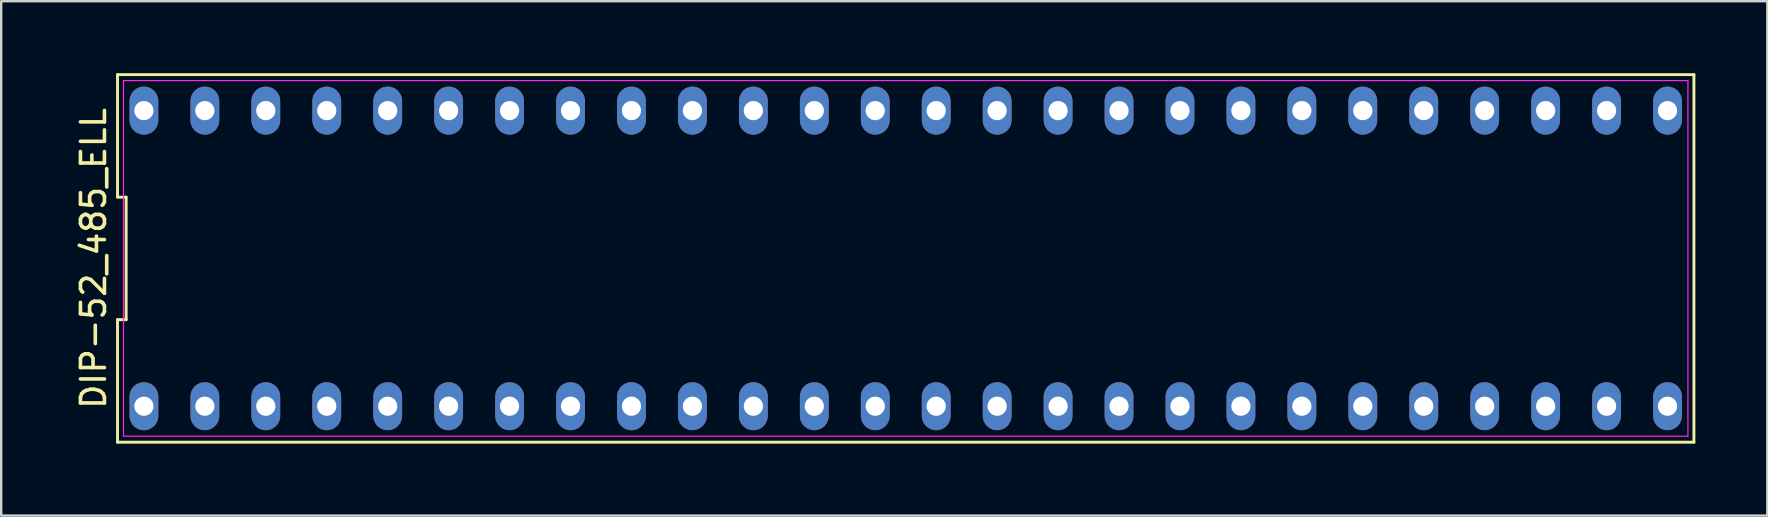
<source format=kicad_pcb>
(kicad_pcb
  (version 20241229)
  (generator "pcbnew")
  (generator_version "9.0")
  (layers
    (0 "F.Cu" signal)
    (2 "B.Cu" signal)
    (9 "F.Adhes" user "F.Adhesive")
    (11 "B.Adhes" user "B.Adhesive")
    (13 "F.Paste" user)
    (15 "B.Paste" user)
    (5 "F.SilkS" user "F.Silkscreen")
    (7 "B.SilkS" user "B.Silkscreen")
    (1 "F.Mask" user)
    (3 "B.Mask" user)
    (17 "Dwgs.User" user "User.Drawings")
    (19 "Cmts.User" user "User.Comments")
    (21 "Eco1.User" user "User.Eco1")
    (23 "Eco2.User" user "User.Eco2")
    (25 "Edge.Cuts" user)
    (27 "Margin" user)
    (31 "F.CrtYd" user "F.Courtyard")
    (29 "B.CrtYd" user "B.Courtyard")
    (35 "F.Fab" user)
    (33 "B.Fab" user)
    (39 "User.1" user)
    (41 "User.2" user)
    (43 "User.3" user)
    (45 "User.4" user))
  (footprint "DIP-52_485_ELL"
    (layer "F.Cu")
    (at 34.698 7.72)
    (property "Reference" "DIP-52_485_ELL" (at -33.85 0 90) (layer "F.SilkS") (effects (font (size 1 1) (thickness 0.15))))
    (attr through_hole)
    (fp_line (start -32.85 -7.66) (end -32.85 -2.553) (stroke (width 0.12) (type solid)) (layer "F.SilkS"))
    (fp_line (start -32.85 -2.553) (end -32.49 -2.553) (stroke (width 0.12) (type solid)) (layer "F.SilkS"))
    (fp_line (start -32.85 2.553) (end -32.85 7.66) (stroke (width 0.12) (type solid)) (layer "F.SilkS"))
    (fp_line (start -32.85 7.66) (end 32.85 7.66) (stroke (width 0.12) (type solid)) (layer "F.SilkS"))
    (fp_line (start -32.49 -2.553) (end -32.49 2.553) (stroke (width 0.12) (type solid)) (layer "F.SilkS"))
    (fp_line (start -32.49 2.553) (end -32.85 2.553) (stroke (width 0.12) (type solid)) (layer "F.SilkS"))
    (fp_line (start 32.85 -7.66) (end -32.85 -7.66) (stroke (width 0.12) (type solid)) (layer "F.SilkS"))
    (fp_line (start 32.85 7.66) (end 32.85 -7.66) (stroke (width 0.12) (type solid)) (layer "F.SilkS"))
    (fp_line (start -32.6 -7.41) (end 32.6 -7.41) (stroke (width 0.05) (type solid)) (layer "F.CrtYd"))
    (fp_line (start -32.6 7.41) (end -32.6 -7.41) (stroke (width 0.05) (type solid)) (layer "F.CrtYd"))
    (fp_line (start 32.6 -7.41) (end 32.6 7.41) (stroke (width 0.05) (type solid)) (layer "F.CrtYd"))
    (fp_line (start 32.6 7.41) (end -32.6 7.41) (stroke (width 0.05) (type solid)) (layer "F.CrtYd"))
    (pad "1" thru_hole oval (at -31.75 6.16) (size 1.2 2) (drill 0.8) (layers "*.Cu" "*.Mask"))
    (pad "2" thru_hole oval (at -29.21 6.16) (size 1.2 2) (drill 0.8) (layers "*.Cu" "*.Mask"))
    (pad "3" thru_hole oval (at -26.67 6.16) (size 1.2 2) (drill 0.8) (layers "*.Cu" "*.Mask"))
    (pad "4" thru_hole oval (at -24.13 6.16) (size 1.2 2) (drill 0.8) (layers "*.Cu" "*.Mask"))
    (pad "5" thru_hole oval (at -21.59 6.16) (size 1.2 2) (drill 0.8) (layers "*.Cu" "*.Mask"))
    (pad "6" thru_hole oval (at -19.05 6.16) (size 1.2 2) (drill 0.8) (layers "*.Cu" "*.Mask"))
    (pad "7" thru_hole oval (at -16.51 6.16) (size 1.2 2) (drill 0.8) (layers "*.Cu" "*.Mask"))
    (pad "8" thru_hole oval (at -13.97 6.16) (size 1.2 2) (drill 0.8) (layers "*.Cu" "*.Mask"))
    (pad "9" thru_hole oval (at -11.43 6.16) (size 1.2 2) (drill 0.8) (layers "*.Cu" "*.Mask"))
    (pad "10" thru_hole oval (at -8.89 6.16) (size 1.2 2) (drill 0.8) (layers "*.Cu" "*.Mask"))
    (pad "11" thru_hole oval (at -6.35 6.16) (size 1.2 2) (drill 0.8) (layers "*.Cu" "*.Mask"))
    (pad "12" thru_hole oval (at -3.81 6.16) (size 1.2 2) (drill 0.8) (layers "*.Cu" "*.Mask"))
    (pad "13" thru_hole oval (at -1.27 6.16) (size 1.2 2) (drill 0.8) (layers "*.Cu" "*.Mask"))
    (pad "14" thru_hole oval (at 1.27 6.16) (size 1.2 2) (drill 0.8) (layers "*.Cu" "*.Mask"))
    (pad "15" thru_hole oval (at 3.81 6.16) (size 1.2 2) (drill 0.8) (layers "*.Cu" "*.Mask"))
    (pad "16" thru_hole oval (at 6.35 6.16) (size 1.2 2) (drill 0.8) (layers "*.Cu" "*.Mask"))
    (pad "17" thru_hole oval (at 8.89 6.16) (size 1.2 2) (drill 0.8) (layers "*.Cu" "*.Mask"))
    (pad "18" thru_hole oval (at 11.43 6.16) (size 1.2 2) (drill 0.8) (layers "*.Cu" "*.Mask"))
    (pad "19" thru_hole oval (at 13.97 6.16) (size 1.2 2) (drill 0.8) (layers "*.Cu" "*.Mask"))
    (pad "20" thru_hole oval (at 16.51 6.16) (size 1.2 2) (drill 0.8) (layers "*.Cu" "*.Mask"))
    (pad "21" thru_hole oval (at 19.05 6.16) (size 1.2 2) (drill 0.8) (layers "*.Cu" "*.Mask"))
    (pad "22" thru_hole oval (at 21.59 6.16) (size 1.2 2) (drill 0.8) (layers "*.Cu" "*.Mask"))
    (pad "23" thru_hole oval (at 24.13 6.16) (size 1.2 2) (drill 0.8) (layers "*.Cu" "*.Mask"))
    (pad "24" thru_hole oval (at 26.67 6.16) (size 1.2 2) (drill 0.8) (layers "*.Cu" "*.Mask"))
    (pad "25" thru_hole oval (at 29.21 6.16) (size 1.2 2) (drill 0.8) (layers "*.Cu" "*.Mask"))
    (pad "26" thru_hole oval (at 31.75 6.16) (size 1.2 2) (drill 0.8) (layers "*.Cu" "*.Mask"))
    (pad "27" thru_hole oval (at 31.75 -6.16) (size 1.2 2) (drill 0.8) (layers "*.Cu" "*.Mask"))
    (pad "28" thru_hole oval (at 29.21 -6.16) (size 1.2 2) (drill 0.8) (layers "*.Cu" "*.Mask"))
    (pad "29" thru_hole oval (at 26.67 -6.16) (size 1.2 2) (drill 0.8) (layers "*.Cu" "*.Mask"))
    (pad "30" thru_hole oval (at 24.13 -6.16) (size 1.2 2) (drill 0.8) (layers "*.Cu" "*.Mask"))
    (pad "31" thru_hole oval (at 21.59 -6.16) (size 1.2 2) (drill 0.8) (layers "*.Cu" "*.Mask"))
    (pad "32" thru_hole oval (at 19.05 -6.16) (size 1.2 2) (drill 0.8) (layers "*.Cu" "*.Mask"))
    (pad "33" thru_hole oval (at 16.51 -6.16) (size 1.2 2) (drill 0.8) (layers "*.Cu" "*.Mask"))
    (pad "34" thru_hole oval (at 13.97 -6.16) (size 1.2 2) (drill 0.8) (layers "*.Cu" "*.Mask"))
    (pad "35" thru_hole oval (at 11.43 -6.16) (size 1.2 2) (drill 0.8) (layers "*.Cu" "*.Mask"))
    (pad "36" thru_hole oval (at 8.89 -6.16) (size 1.2 2) (drill 0.8) (layers "*.Cu" "*.Mask"))
    (pad "37" thru_hole oval (at 6.35 -6.16) (size 1.2 2) (drill 0.8) (layers "*.Cu" "*.Mask"))
    (pad "38" thru_hole oval (at 3.81 -6.16) (size 1.2 2) (drill 0.8) (layers "*.Cu" "*.Mask"))
    (pad "39" thru_hole oval (at 1.27 -6.16) (size 1.2 2) (drill 0.8) (layers "*.Cu" "*.Mask"))
    (pad "40" thru_hole oval (at -1.27 -6.16) (size 1.2 2) (drill 0.8) (layers "*.Cu" "*.Mask"))
    (pad "41" thru_hole oval (at -3.81 -6.16) (size 1.2 2) (drill 0.8) (layers "*.Cu" "*.Mask"))
    (pad "42" thru_hole oval (at -6.35 -6.16) (size 1.2 2) (drill 0.8) (layers "*.Cu" "*.Mask"))
    (pad "43" thru_hole oval (at -8.89 -6.16) (size 1.2 2) (drill 0.8) (layers "*.Cu" "*.Mask"))
    (pad "44" thru_hole oval (at -11.43 -6.16) (size 1.2 2) (drill 0.8) (layers "*.Cu" "*.Mask"))
    (pad "45" thru_hole oval (at -13.97 -6.16) (size 1.2 2) (drill 0.8) (layers "*.Cu" "*.Mask"))
    (pad "46" thru_hole oval (at -16.51 -6.16) (size 1.2 2) (drill 0.8) (layers "*.Cu" "*.Mask"))
    (pad "47" thru_hole oval (at -19.05 -6.16) (size 1.2 2) (drill 0.8) (layers "*.Cu" "*.Mask"))
    (pad "48" thru_hole oval (at -21.59 -6.16) (size 1.2 2) (drill 0.8) (layers "*.Cu" "*.Mask"))
    (pad "49" thru_hole oval (at -24.13 -6.16) (size 1.2 2) (drill 0.8) (layers "*.Cu" "*.Mask"))
    (pad "50" thru_hole oval (at -26.67 -6.16) (size 1.2 2) (drill 0.8) (layers "*.Cu" "*.Mask"))
    (pad "51" thru_hole oval (at -29.21 -6.16) (size 1.2 2) (drill 0.8) (layers "*.Cu" "*.Mask"))
    (pad "52" thru_hole oval (at -31.75 -6.16) (size 1.2 2) (drill 0.8) (layers "*.Cu" "*.Mask")))
  (gr_rect
    (start -3 -3)
    (end 70.608 18.44)
    (stroke (width 0.1) (type default))
    (fill no)
    (layer "Edge.Cuts")))
</source>
